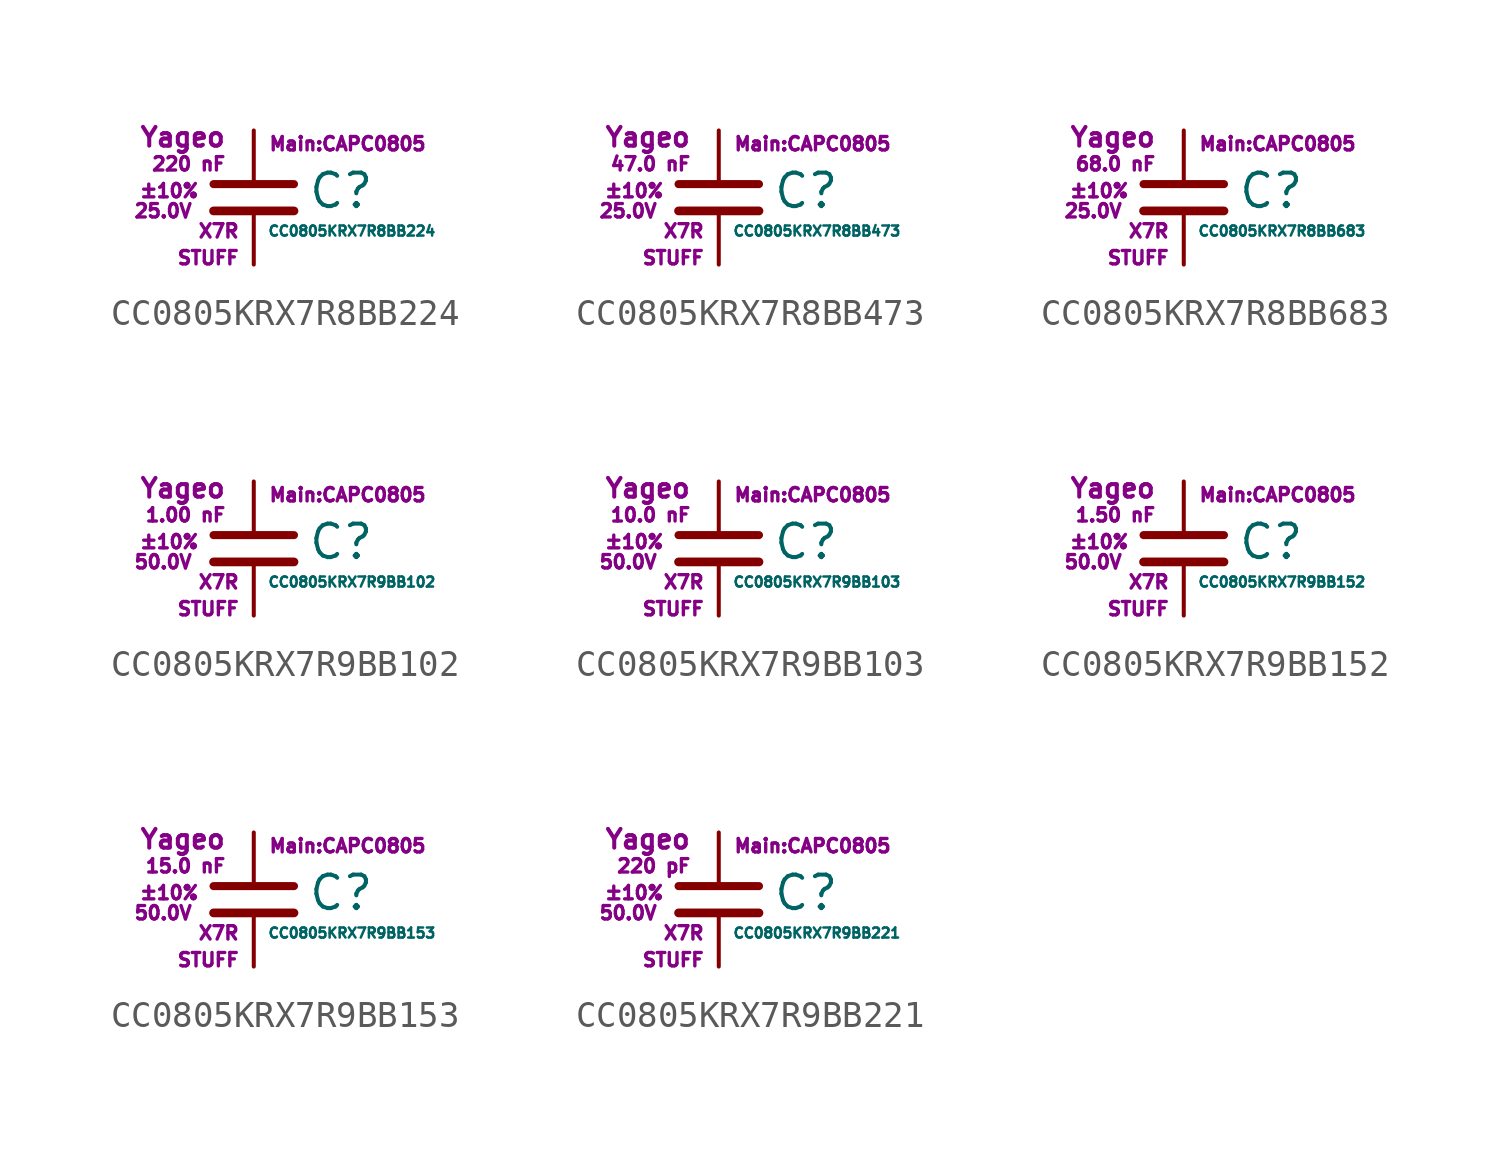
<source format=kicad_sym>
(kicad_symbol_lib
  (version 20211014)
  (generator kicad_symbol_editor)
  (symbol "CC0805KRX7R8BB224"
    (pin_numbers hide)
    (pin_names
      (offset 0.254) hide)
    (property "Reference" "C"
      (at 2.032 0.254 0)
      (effects (font (size 1.27 1.27)) (justify left)))
    (property "Value" "CC0805KRX7R8BB224"
      (at 0.508 -1.27 0)
      (effects (font (size 0.381 0.381)) (justify left)))
    (property "Footprint" "Main:CAPC0805"
      (at 3.556 2.032 0)
      (effects (font (size 0.508 0.508))))
    (property "Datasheet" ""
      (at 0.762 0.508 0)
      (effects (font (size 1.27 1.27))))
    (property "Manufacturer" "Yageo"
      (at -1.016 2.286 0)
      (effects (font (size 0.711 0.711)) (justify right)))
    (property "SKU" "STUFF"
      (at -0.508 -2.286 0)
      (effects (font (size 0.508 0.508)) (justify right)))
    (property "C" "220 nF"
      (at -1.016 1.27 0)
      (effects (font (size 0.508 0.508)) (justify right)))
    (property "Tol" "±10%"
      (at -2.032 0.254 0)
      (effects (font (size 0.508 0.508)) (justify right)))
    (property "Vmax" "25.0V"
      (at -2.286 -0.508 0)
      (effects (font (size 0.508 0.508)) (justify right)))
    (property "Type" "X7R"
      (at -0.508 -1.27 0)
      (effects (font (size 0.508 0.508)) (justify right)))
    (symbol "CC0805KRX7R8BB224_0_1"
      (polyline (pts (xy -1.524 -0.508) (xy 1.524 -0.508)) (stroke (width 0.33) (type default) (color 0 0 0 0)) (fill (type none)))
      (polyline (pts (xy -1.524 0.508) (xy 1.524 0.508)) (stroke (width 0.305) (type default) (color 0 0 0 0)) (fill (type none))))
    (symbol "CC0805KRX7R8BB224_1_1"
      (pin passive line (at 0 2.54 270) (length 1.905) (name "~" (effects (font (size 1.016 1.016)))) (number "1" (effects (font (size 1.016 1.016)))))
      (pin passive line (at 0 -2.54 90) (length 2.032) (name "~" (effects (font (size 1.016 1.016)))) (number "2" (effects (font (size 1.016 1.016)))))))
  (symbol "CC0805KRX7R8BB473"
    (pin_numbers hide)
    (pin_names
      (offset 0.254) hide)
    (property "Reference" "C"
      (at 2.032 0.254 0)
      (effects (font (size 1.27 1.27)) (justify left)))
    (property "Value" "CC0805KRX7R8BB473"
      (at 0.508 -1.27 0)
      (effects (font (size 0.381 0.381)) (justify left)))
    (property "Footprint" "Main:CAPC0805"
      (at 3.556 2.032 0)
      (effects (font (size 0.508 0.508))))
    (property "Datasheet" ""
      (at 0.762 0.508 0)
      (effects (font (size 1.27 1.27))))
    (property "Manufacturer" "Yageo"
      (at -1.016 2.286 0)
      (effects (font (size 0.711 0.711)) (justify right)))
    (property "SKU" "STUFF"
      (at -0.508 -2.286 0)
      (effects (font (size 0.508 0.508)) (justify right)))
    (property "C" "47.0 nF"
      (at -1.016 1.27 0)
      (effects (font (size 0.508 0.508)) (justify right)))
    (property "Tol" "±10%"
      (at -2.032 0.254 0)
      (effects (font (size 0.508 0.508)) (justify right)))
    (property "Vmax" "25.0V"
      (at -2.286 -0.508 0)
      (effects (font (size 0.508 0.508)) (justify right)))
    (property "Type" "X7R"
      (at -0.508 -1.27 0)
      (effects (font (size 0.508 0.508)) (justify right)))
    (symbol "CC0805KRX7R8BB473_0_1"
      (polyline (pts (xy -1.524 -0.508) (xy 1.524 -0.508)) (stroke (width 0.33) (type default) (color 0 0 0 0)) (fill (type none)))
      (polyline (pts (xy -1.524 0.508) (xy 1.524 0.508)) (stroke (width 0.305) (type default) (color 0 0 0 0)) (fill (type none))))
    (symbol "CC0805KRX7R8BB473_1_1"
      (pin passive line (at 0 2.54 270) (length 1.905) (name "~" (effects (font (size 1.016 1.016)))) (number "1" (effects (font (size 1.016 1.016)))))
      (pin passive line (at 0 -2.54 90) (length 2.032) (name "~" (effects (font (size 1.016 1.016)))) (number "2" (effects (font (size 1.016 1.016)))))))
  (symbol "CC0805KRX7R8BB683"
    (pin_numbers hide)
    (pin_names
      (offset 0.254) hide)
    (property "Reference" "C"
      (at 2.032 0.254 0)
      (effects (font (size 1.27 1.27)) (justify left)))
    (property "Value" "CC0805KRX7R8BB683"
      (at 0.508 -1.27 0)
      (effects (font (size 0.381 0.381)) (justify left)))
    (property "Footprint" "Main:CAPC0805"
      (at 3.556 2.032 0)
      (effects (font (size 0.508 0.508))))
    (property "Datasheet" ""
      (at 0.762 0.508 0)
      (effects (font (size 1.27 1.27))))
    (property "Manufacturer" "Yageo"
      (at -1.016 2.286 0)
      (effects (font (size 0.711 0.711)) (justify right)))
    (property "SKU" "STUFF"
      (at -0.508 -2.286 0)
      (effects (font (size 0.508 0.508)) (justify right)))
    (property "C" "68.0 nF"
      (at -1.016 1.27 0)
      (effects (font (size 0.508 0.508)) (justify right)))
    (property "Tol" "±10%"
      (at -2.032 0.254 0)
      (effects (font (size 0.508 0.508)) (justify right)))
    (property "Vmax" "25.0V"
      (at -2.286 -0.508 0)
      (effects (font (size 0.508 0.508)) (justify right)))
    (property "Type" "X7R"
      (at -0.508 -1.27 0)
      (effects (font (size 0.508 0.508)) (justify right)))
    (symbol "CC0805KRX7R8BB683_0_1"
      (polyline (pts (xy -1.524 -0.508) (xy 1.524 -0.508)) (stroke (width 0.33) (type default) (color 0 0 0 0)) (fill (type none)))
      (polyline (pts (xy -1.524 0.508) (xy 1.524 0.508)) (stroke (width 0.305) (type default) (color 0 0 0 0)) (fill (type none))))
    (symbol "CC0805KRX7R8BB683_1_1"
      (pin passive line (at 0 2.54 270) (length 1.905) (name "~" (effects (font (size 1.016 1.016)))) (number "1" (effects (font (size 1.016 1.016)))))
      (pin passive line (at 0 -2.54 90) (length 2.032) (name "~" (effects (font (size 1.016 1.016)))) (number "2" (effects (font (size 1.016 1.016)))))))
  (symbol "CC0805KRX7R9BB102"
    (pin_numbers hide)
    (pin_names
      (offset 0.254) hide)
    (property "Reference" "C"
      (at 2.032 0.254 0)
      (effects (font (size 1.27 1.27)) (justify left)))
    (property "Value" "CC0805KRX7R9BB102"
      (at 0.508 -1.27 0)
      (effects (font (size 0.381 0.381)) (justify left)))
    (property "Footprint" "Main:CAPC0805"
      (at 3.556 2.032 0)
      (effects (font (size 0.508 0.508))))
    (property "Datasheet" ""
      (at 0.762 0.508 0)
      (effects (font (size 1.27 1.27))))
    (property "Manufacturer" "Yageo"
      (at -1.016 2.286 0)
      (effects (font (size 0.711 0.711)) (justify right)))
    (property "SKU" "STUFF"
      (at -0.508 -2.286 0)
      (effects (font (size 0.508 0.508)) (justify right)))
    (property "C" "1.00 nF"
      (at -1.016 1.27 0)
      (effects (font (size 0.508 0.508)) (justify right)))
    (property "Tol" "±10%"
      (at -2.032 0.254 0)
      (effects (font (size 0.508 0.508)) (justify right)))
    (property "Vmax" "50.0V"
      (at -2.286 -0.508 0)
      (effects (font (size 0.508 0.508)) (justify right)))
    (property "Type" "X7R"
      (at -0.508 -1.27 0)
      (effects (font (size 0.508 0.508)) (justify right)))
    (symbol "CC0805KRX7R9BB102_0_1"
      (polyline (pts (xy -1.524 -0.508) (xy 1.524 -0.508)) (stroke (width 0.33) (type default) (color 0 0 0 0)) (fill (type none)))
      (polyline (pts (xy -1.524 0.508) (xy 1.524 0.508)) (stroke (width 0.305) (type default) (color 0 0 0 0)) (fill (type none))))
    (symbol "CC0805KRX7R9BB102_1_1"
      (pin passive line (at 0 2.54 270) (length 1.905) (name "~" (effects (font (size 1.016 1.016)))) (number "1" (effects (font (size 1.016 1.016)))))
      (pin passive line (at 0 -2.54 90) (length 2.032) (name "~" (effects (font (size 1.016 1.016)))) (number "2" (effects (font (size 1.016 1.016)))))))
  (symbol "CC0805KRX7R9BB103"
    (pin_numbers hide)
    (pin_names
      (offset 0.254) hide)
    (property "Reference" "C"
      (at 2.032 0.254 0)
      (effects (font (size 1.27 1.27)) (justify left)))
    (property "Value" "CC0805KRX7R9BB103"
      (at 0.508 -1.27 0)
      (effects (font (size 0.381 0.381)) (justify left)))
    (property "Footprint" "Main:CAPC0805"
      (at 3.556 2.032 0)
      (effects (font (size 0.508 0.508))))
    (property "Datasheet" ""
      (at 0.762 0.508 0)
      (effects (font (size 1.27 1.27))))
    (property "Manufacturer" "Yageo"
      (at -1.016 2.286 0)
      (effects (font (size 0.711 0.711)) (justify right)))
    (property "SKU" "STUFF"
      (at -0.508 -2.286 0)
      (effects (font (size 0.508 0.508)) (justify right)))
    (property "C" "10.0 nF"
      (at -1.016 1.27 0)
      (effects (font (size 0.508 0.508)) (justify right)))
    (property "Tol" "±10%"
      (at -2.032 0.254 0)
      (effects (font (size 0.508 0.508)) (justify right)))
    (property "Vmax" "50.0V"
      (at -2.286 -0.508 0)
      (effects (font (size 0.508 0.508)) (justify right)))
    (property "Type" "X7R"
      (at -0.508 -1.27 0)
      (effects (font (size 0.508 0.508)) (justify right)))
    (symbol "CC0805KRX7R9BB103_0_1"
      (polyline (pts (xy -1.524 -0.508) (xy 1.524 -0.508)) (stroke (width 0.33) (type default) (color 0 0 0 0)) (fill (type none)))
      (polyline (pts (xy -1.524 0.508) (xy 1.524 0.508)) (stroke (width 0.305) (type default) (color 0 0 0 0)) (fill (type none))))
    (symbol "CC0805KRX7R9BB103_1_1"
      (pin passive line (at 0 2.54 270) (length 1.905) (name "~" (effects (font (size 1.016 1.016)))) (number "1" (effects (font (size 1.016 1.016)))))
      (pin passive line (at 0 -2.54 90) (length 2.032) (name "~" (effects (font (size 1.016 1.016)))) (number "2" (effects (font (size 1.016 1.016)))))))
  (symbol "CC0805KRX7R9BB152"
    (pin_numbers hide)
    (pin_names
      (offset 0.254) hide)
    (property "Reference" "C"
      (at 2.032 0.254 0)
      (effects (font (size 1.27 1.27)) (justify left)))
    (property "Value" "CC0805KRX7R9BB152"
      (at 0.508 -1.27 0)
      (effects (font (size 0.381 0.381)) (justify left)))
    (property "Footprint" "Main:CAPC0805"
      (at 3.556 2.032 0)
      (effects (font (size 0.508 0.508))))
    (property "Datasheet" ""
      (at 0.762 0.508 0)
      (effects (font (size 1.27 1.27))))
    (property "Manufacturer" "Yageo"
      (at -1.016 2.286 0)
      (effects (font (size 0.711 0.711)) (justify right)))
    (property "SKU" "STUFF"
      (at -0.508 -2.286 0)
      (effects (font (size 0.508 0.508)) (justify right)))
    (property "C" "1.50 nF"
      (at -1.016 1.27 0)
      (effects (font (size 0.508 0.508)) (justify right)))
    (property "Tol" "±10%"
      (at -2.032 0.254 0)
      (effects (font (size 0.508 0.508)) (justify right)))
    (property "Vmax" "50.0V"
      (at -2.286 -0.508 0)
      (effects (font (size 0.508 0.508)) (justify right)))
    (property "Type" "X7R"
      (at -0.508 -1.27 0)
      (effects (font (size 0.508 0.508)) (justify right)))
    (symbol "CC0805KRX7R9BB152_0_1"
      (polyline (pts (xy -1.524 -0.508) (xy 1.524 -0.508)) (stroke (width 0.33) (type default) (color 0 0 0 0)) (fill (type none)))
      (polyline (pts (xy -1.524 0.508) (xy 1.524 0.508)) (stroke (width 0.305) (type default) (color 0 0 0 0)) (fill (type none))))
    (symbol "CC0805KRX7R9BB152_1_1"
      (pin passive line (at 0 2.54 270) (length 1.905) (name "~" (effects (font (size 1.016 1.016)))) (number "1" (effects (font (size 1.016 1.016)))))
      (pin passive line (at 0 -2.54 90) (length 2.032) (name "~" (effects (font (size 1.016 1.016)))) (number "2" (effects (font (size 1.016 1.016)))))))
  (symbol "CC0805KRX7R9BB153"
    (pin_numbers hide)
    (pin_names
      (offset 0.254) hide)
    (property "Reference" "C"
      (at 2.032 0.254 0)
      (effects (font (size 1.27 1.27)) (justify left)))
    (property "Value" "CC0805KRX7R9BB153"
      (at 0.508 -1.27 0)
      (effects (font (size 0.381 0.381)) (justify left)))
    (property "Footprint" "Main:CAPC0805"
      (at 3.556 2.032 0)
      (effects (font (size 0.508 0.508))))
    (property "Datasheet" ""
      (at 0.762 0.508 0)
      (effects (font (size 1.27 1.27))))
    (property "Manufacturer" "Yageo"
      (at -1.016 2.286 0)
      (effects (font (size 0.711 0.711)) (justify right)))
    (property "SKU" "STUFF"
      (at -0.508 -2.286 0)
      (effects (font (size 0.508 0.508)) (justify right)))
    (property "C" "15.0 nF"
      (at -1.016 1.27 0)
      (effects (font (size 0.508 0.508)) (justify right)))
    (property "Tol" "±10%"
      (at -2.032 0.254 0)
      (effects (font (size 0.508 0.508)) (justify right)))
    (property "Vmax" "50.0V"
      (at -2.286 -0.508 0)
      (effects (font (size 0.508 0.508)) (justify right)))
    (property "Type" "X7R"
      (at -0.508 -1.27 0)
      (effects (font (size 0.508 0.508)) (justify right)))
    (symbol "CC0805KRX7R9BB153_0_1"
      (polyline (pts (xy -1.524 -0.508) (xy 1.524 -0.508)) (stroke (width 0.33) (type default) (color 0 0 0 0)) (fill (type none)))
      (polyline (pts (xy -1.524 0.508) (xy 1.524 0.508)) (stroke (width 0.305) (type default) (color 0 0 0 0)) (fill (type none))))
    (symbol "CC0805KRX7R9BB153_1_1"
      (pin passive line (at 0 2.54 270) (length 1.905) (name "~" (effects (font (size 1.016 1.016)))) (number "1" (effects (font (size 1.016 1.016)))))
      (pin passive line (at 0 -2.54 90) (length 2.032) (name "~" (effects (font (size 1.016 1.016)))) (number "2" (effects (font (size 1.016 1.016)))))))
  (symbol "CC0805KRX7R9BB221"
    (pin_numbers hide)
    (pin_names
      (offset 0.254) hide)
    (property "Reference" "C"
      (at 2.032 0.254 0)
      (effects (font (size 1.27 1.27)) (justify left)))
    (property "Value" "CC0805KRX7R9BB221"
      (at 0.508 -1.27 0)
      (effects (font (size 0.381 0.381)) (justify left)))
    (property "Footprint" "Main:CAPC0805"
      (at 3.556 2.032 0)
      (effects (font (size 0.508 0.508))))
    (property "Datasheet" ""
      (at 0.762 0.508 0)
      (effects (font (size 1.27 1.27))))
    (property "Manufacturer" "Yageo"
      (at -1.016 2.286 0)
      (effects (font (size 0.711 0.711)) (justify right)))
    (property "SKU" "STUFF"
      (at -0.508 -2.286 0)
      (effects (font (size 0.508 0.508)) (justify right)))
    (property "C" "220 pF"
      (at -1.016 1.27 0)
      (effects (font (size 0.508 0.508)) (justify right)))
    (property "Tol" "±10%"
      (at -2.032 0.254 0)
      (effects (font (size 0.508 0.508)) (justify right)))
    (property "Vmax" "50.0V"
      (at -2.286 -0.508 0)
      (effects (font (size 0.508 0.508)) (justify right)))
    (property "Type" "X7R"
      (at -0.508 -1.27 0)
      (effects (font (size 0.508 0.508)) (justify right)))
    (symbol "CC0805KRX7R9BB221_0_1"
      (polyline (pts (xy -1.524 -0.508) (xy 1.524 -0.508)) (stroke (width 0.33) (type default) (color 0 0 0 0)) (fill (type none)))
      (polyline (pts (xy -1.524 0.508) (xy 1.524 0.508)) (stroke (width 0.305) (type default) (color 0 0 0 0)) (fill (type none))))
    (symbol "CC0805KRX7R9BB221_1_1"
      (pin passive line (at 0 2.54 270) (length 1.905) (name "~" (effects (font (size 1.016 1.016)))) (number "1" (effects (font (size 1.016 1.016)))))
      (pin passive line (at 0 -2.54 90) (length 2.032) (name "~" (effects (font (size 1.016 1.016)))) (number "2" (effects (font (size 1.016 1.016))))))))
</source>
